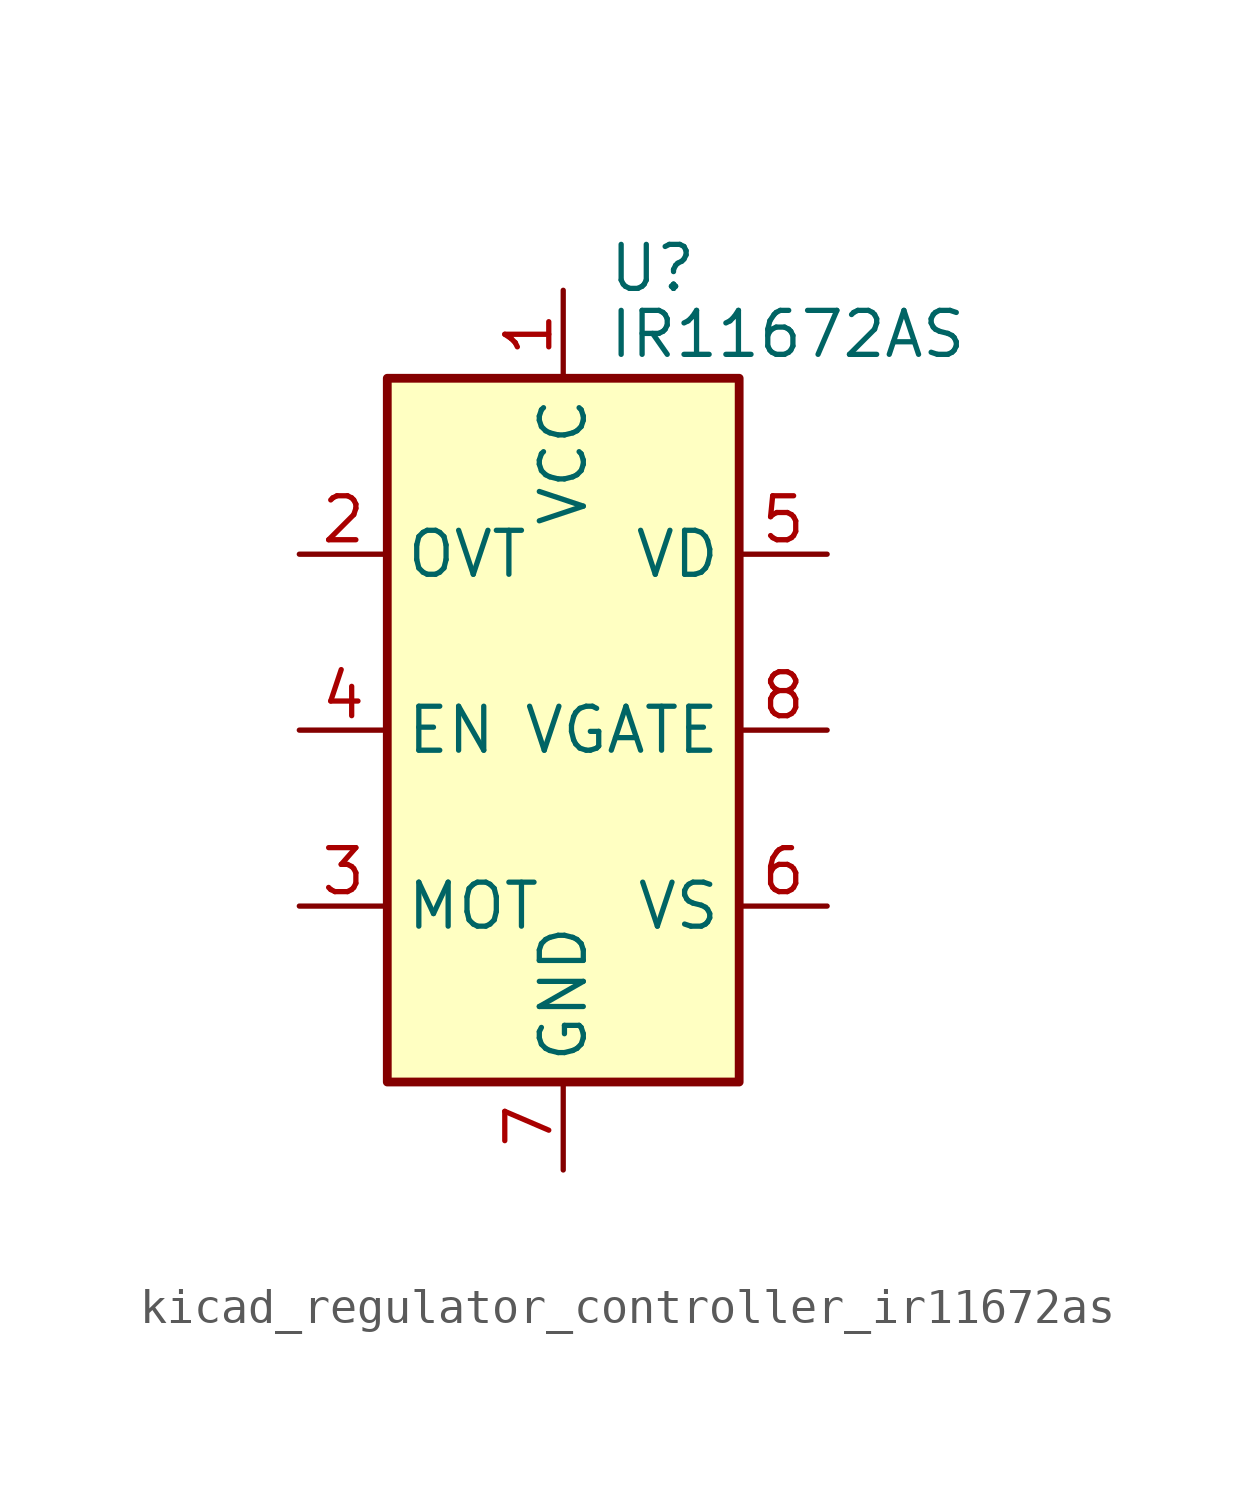
<source format=kicad_sym>
(kicad_symbol_lib
  (version 20220914)
  (generator kicad_symbol_editor)
  (symbol "kicad_regulator_controller_ir11672as"
    (property "Reference" "U"
      (at 1.27 13.335 0)
      (effects (font (size 1.27 1.27)) (justify left)))
    (property "Value" "IR11672AS"
      (at 1.27 11.43 0)
      (effects (font (size 1.27 1.27)) (justify left)))
    (symbol "kicad_regulator_controller_ir11672as_0_1"
      (rectangle (start -5.08 -10.16) (end 5.08 10.16) (stroke (width 0.254) (type default)) (fill (type background))))
    (symbol "kicad_regulator_controller_ir11672as_1_1"
      (pin power_in line (at 0 12.7 270) (length 2.54) (name "VCC" (effects (font (size 1.27 1.27)))) (number "1" (effects (font (size 1.27 1.27)))))
      (pin input line (at -7.62 5.08 0) (length 2.54) (name "OVT" (effects (font (size 1.27 1.27)))) (number "2" (effects (font (size 1.27 1.27)))))
      (pin passive line (at -7.62 -5.08 0) (length 2.54) (name "MOT" (effects (font (size 1.27 1.27)))) (number "3" (effects (font (size 1.27 1.27)))))
      (pin input line (at -7.62 0 0) (length 2.54) (name "EN" (effects (font (size 1.27 1.27)))) (number "4" (effects (font (size 1.27 1.27)))))
      (pin input line (at 7.62 5.08 180) (length 2.54) (name "VD" (effects (font (size 1.27 1.27)))) (number "5" (effects (font (size 1.27 1.27)))))
      (pin input line (at 7.62 -5.08 180) (length 2.54) (name "VS" (effects (font (size 1.27 1.27)))) (number "6" (effects (font (size 1.27 1.27)))))
      (pin power_in line (at 0 -12.7 90) (length 2.54) (name "GND" (effects (font (size 1.27 1.27)))) (number "7" (effects (font (size 1.27 1.27)))))
      (pin output line (at 7.62 0 180) (length 2.54) (name "VGATE" (effects (font (size 1.27 1.27)))) (number "8" (effects (font (size 1.27 1.27))))))))
</source>
